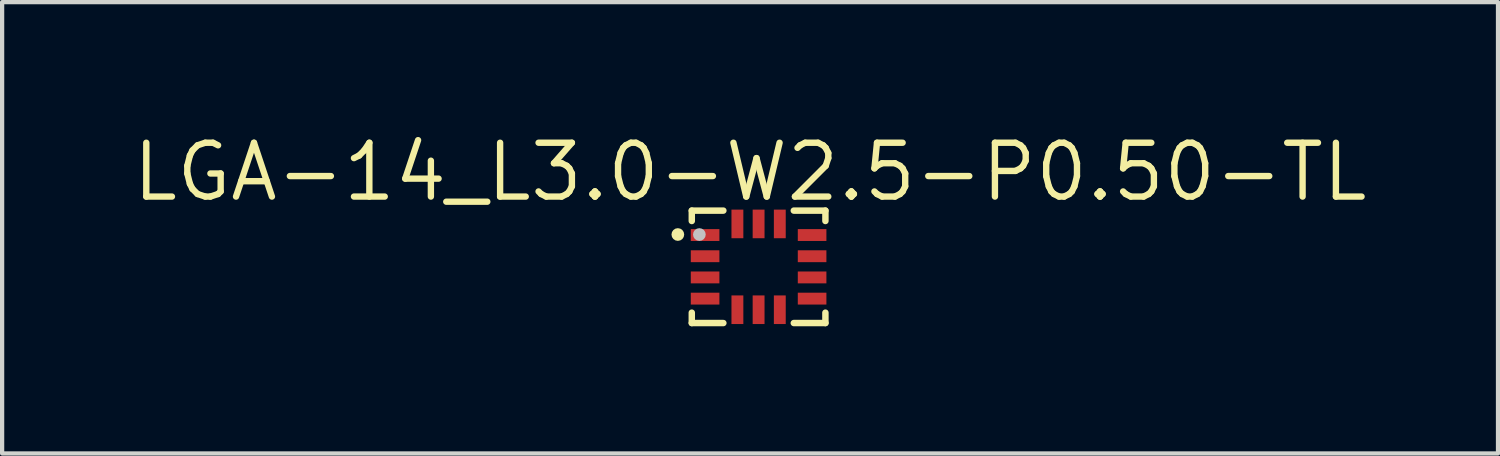
<source format=kicad_pcb>
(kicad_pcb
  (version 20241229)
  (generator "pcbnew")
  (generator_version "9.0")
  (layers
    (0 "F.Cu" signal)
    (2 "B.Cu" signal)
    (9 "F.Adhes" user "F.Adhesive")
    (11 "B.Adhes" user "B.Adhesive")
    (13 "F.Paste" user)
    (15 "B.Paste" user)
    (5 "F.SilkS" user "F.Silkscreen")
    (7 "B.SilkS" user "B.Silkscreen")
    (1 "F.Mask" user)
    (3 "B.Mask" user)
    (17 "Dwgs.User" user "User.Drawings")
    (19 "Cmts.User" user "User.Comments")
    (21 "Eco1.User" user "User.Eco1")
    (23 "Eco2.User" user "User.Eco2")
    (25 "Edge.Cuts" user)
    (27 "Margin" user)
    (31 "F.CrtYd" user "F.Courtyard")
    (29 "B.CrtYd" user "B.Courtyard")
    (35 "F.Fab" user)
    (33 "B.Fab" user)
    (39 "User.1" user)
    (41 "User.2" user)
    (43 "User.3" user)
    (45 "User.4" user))
  (footprint "LGA-14_L3.0-W2.5-P0.50-TL"
    (layer "F.Cu")
    (at 14.844 3.244)
    (property "Reference" "LGA-14_L3.0-W2.5-P0.50-TL" (at -0.201 -2.237 0) (layer "F.SilkS") (effects (font (size 1.27 1.27) (thickness 0.15))))
    (fp_line (start -1.576 -1.326) (end -1.576 -1.081) (stroke (width 0.152) (type default)) (layer "F.SilkS"))
    (fp_line (start -1.576 1.326) (end -1.576 1.081) (stroke (width 0.152) (type default)) (layer "F.SilkS"))
    (fp_line (start -0.831 -1.326) (end -1.576 -1.326) (stroke (width 0.152) (type default)) (layer "F.SilkS"))
    (fp_line (start -0.831 1.326) (end -1.576 1.326) (stroke (width 0.152) (type default)) (layer "F.SilkS"))
    (fp_line (start 0.83 -1.326) (end 1.576 -1.326) (stroke (width 0.152) (type default)) (layer "F.SilkS"))
    (fp_line (start 0.83 1.326) (end 1.576 1.326) (stroke (width 0.152) (type default)) (layer "F.SilkS"))
    (fp_line (start 1.576 -1.326) (end 1.576 -1.081) (stroke (width 0.152) (type default)) (layer "F.SilkS"))
    (fp_line (start 1.576 1.326) (end 1.576 1.081) (stroke (width 0.152) (type default)) (layer "F.SilkS"))
    (fp_circle (center -1.905 -0.762) (end -1.83 -0.762) (stroke (width 0.15) (type default)) (fill no) (layer "F.SilkS"))
    (fp_circle (center -1.397 -0.762) (end -1.322 -0.762) (stroke (width 0.15) (type default)) (fill no) (layer "Dwgs.User"))
    (fp_circle (center -1.5 -1.25) (end -1.47 -1.25) (stroke (width 0.06) (type default)) (fill no) (layer "User.5"))
    (pad "1" smd rect (at -1.262 -0.75) (size 0.675 0.28) (layers "F.Cu" "F.Mask" "F.Paste"))
    (pad "2" smd rect (at -1.262 -0.25) (size 0.675 0.28) (layers "F.Cu" "F.Mask" "F.Paste"))
    (pad "3" smd rect (at -1.262 0.25) (size 0.675 0.28) (layers "F.Cu" "F.Mask" "F.Paste"))
    (pad "4" smd rect (at -1.262 0.75) (size 0.675 0.28) (layers "F.Cu" "F.Mask" "F.Paste"))
    (pad "5" smd rect (at -0.5 1.012) (size 0.28 0.675) (layers "F.Cu" "F.Mask" "F.Paste"))
    (pad "6" smd rect (at -0.0001 1.012) (size 0.28 0.675) (layers "F.Cu" "F.Mask" "F.Paste"))
    (pad "7" smd rect (at 0.5 1.012) (size 0.28 0.675) (layers "F.Cu" "F.Mask" "F.Paste"))
    (pad "8" smd rect (at 1.262 0.75) (size 0.675 0.28) (layers "F.Cu" "F.Mask" "F.Paste"))
    (pad "9" smd rect (at 1.262 0.25) (size 0.675 0.28) (layers "F.Cu" "F.Mask" "F.Paste"))
    (pad "10" smd rect (at 1.262 -0.25) (size 0.675 0.28) (layers "F.Cu" "F.Mask" "F.Paste"))
    (pad "11" smd rect (at 1.262 -0.75) (size 0.675 0.28) (layers "F.Cu" "F.Mask" "F.Paste"))
    (pad "12" smd rect (at 0.5 -1.012) (size 0.28 0.675) (layers "F.Cu" "F.Mask" "F.Paste"))
    (pad "13" smd rect (at -0.0001 -1.012) (size 0.28 0.675) (layers "F.Cu" "F.Mask" "F.Paste"))
    (pad "14" smd rect (at -0.5 -1.012) (size 0.28 0.675) (layers "F.Cu" "F.Mask" "F.Paste"))
    (zone (net_name "") (layer "User.3") (hatch edge 0.5) (priority 100) (connect_pads yes) (min_thickness 0) (filled_areas_thickness no) (fill yes) (polygon (pts (xy 13.344 1.994) (xy 16.344 1.994) (xy 16.344 4.494) (xy 13.344 4.494))) (filled_polygon (layer "User.3") (island) (pts (xy 13.344 1.994) (xy 16.344 1.994) (xy 16.344 4.494) (xy 13.344 4.494))))
    (zone (net_name "") (layer "User.4") (hatch edge 0.5) (priority 100) (connect_pads yes) (min_thickness 0) (filled_areas_thickness no) (fill yes) (polygon (pts (xy 13.444 2.369) (xy 13.919 2.369) (xy 13.919 2.619) (xy 13.444 2.619))) (filled_polygon (layer "User.4") (island) (pts (xy 13.444 2.369) (xy 13.919 2.369) (xy 13.919 2.619) (xy 13.444 2.619))))
    (zone (net_name "") (layer "User.4") (hatch edge 0.5) (priority 100) (connect_pads yes) (min_thickness 0) (filled_areas_thickness no) (fill yes) (polygon (pts (xy 13.444 2.869) (xy 13.919 2.869) (xy 13.919 3.119) (xy 13.444 3.119))) (filled_polygon (layer "User.4") (island) (pts (xy 13.444 2.869) (xy 13.919 2.869) (xy 13.919 3.119) (xy 13.444 3.119))))
    (zone (net_name "") (layer "User.4") (hatch edge 0.5) (priority 100) (connect_pads yes) (min_thickness 0) (filled_areas_thickness no) (fill yes) (polygon (pts (xy 13.444 3.369) (xy 13.919 3.369) (xy 13.919 3.619) (xy 13.444 3.619))) (filled_polygon (layer "User.4") (island) (pts (xy 13.444 3.369) (xy 13.919 3.369) (xy 13.919 3.619) (xy 13.444 3.619))))
    (zone (net_name "") (layer "User.4") (hatch edge 0.5) (priority 100) (connect_pads yes) (min_thickness 0) (filled_areas_thickness no) (fill yes) (polygon (pts (xy 13.444 3.869) (xy 13.919 3.869) (xy 13.919 4.119) (xy 13.444 4.119))) (filled_polygon (layer "User.4") (island) (pts (xy 13.444 3.869) (xy 13.919 3.869) (xy 13.919 4.119) (xy 13.444 4.119))))
    (zone (net_name "") (layer "User.4") (hatch edge 0.5) (priority 100) (connect_pads yes) (min_thickness 0) (filled_areas_thickness no) (fill yes) (polygon (pts (xy 14.219 2.094) (xy 14.469 2.094) (xy 14.469 2.568) (xy 14.219 2.568))) (filled_polygon (layer "User.4") (island) (pts (xy 14.219 2.094) (xy 14.469 2.094) (xy 14.469 2.568) (xy 14.219 2.568))))
    (zone (net_name "") (layer "User.4") (hatch edge 0.5) (priority 100) (connect_pads yes) (min_thickness 0) (filled_areas_thickness no) (fill yes) (polygon (pts (xy 14.219 3.919) (xy 14.469 3.919) (xy 14.469 4.394) (xy 14.219 4.394))) (filled_polygon (layer "User.4") (island) (pts (xy 14.219 3.919) (xy 14.469 3.919) (xy 14.469 4.394) (xy 14.219 4.394))))
    (zone (net_name "") (layer "User.4") (hatch edge 0.5) (priority 100) (connect_pads yes) (min_thickness 0) (filled_areas_thickness no) (fill yes) (polygon (pts (xy 14.719 2.094) (xy 14.969 2.094) (xy 14.969 2.568) (xy 14.719 2.568))) (filled_polygon (layer "User.4") (island) (pts (xy 14.719 2.094) (xy 14.969 2.094) (xy 14.969 2.568) (xy 14.719 2.568))))
    (zone (net_name "") (layer "User.4") (hatch edge 0.5) (priority 100) (connect_pads yes) (min_thickness 0) (filled_areas_thickness no) (fill yes) (polygon (pts (xy 14.719 3.919) (xy 14.969 3.919) (xy 14.969 4.394) (xy 14.719 4.394))) (filled_polygon (layer "User.4") (island) (pts (xy 14.719 3.919) (xy 14.969 3.919) (xy 14.969 4.394) (xy 14.719 4.394))))
    (zone (net_name "") (layer "User.4") (hatch edge 0.5) (priority 100) (connect_pads yes) (min_thickness 0) (filled_areas_thickness no) (fill yes) (polygon (pts (xy 15.219 2.094) (xy 15.469 2.094) (xy 15.469 2.568) (xy 15.219 2.568))) (filled_polygon (layer "User.4") (island) (pts (xy 15.219 2.094) (xy 15.469 2.094) (xy 15.469 2.568) (xy 15.219 2.568))))
    (zone (net_name "") (layer "User.4") (hatch edge 0.5) (priority 100) (connect_pads yes) (min_thickness 0) (filled_areas_thickness no) (fill yes) (polygon (pts (xy 15.219 3.919) (xy 15.469 3.919) (xy 15.469 4.394) (xy 15.219 4.394))) (filled_polygon (layer "User.4") (island) (pts (xy 15.219 3.919) (xy 15.469 3.919) (xy 15.469 4.394) (xy 15.219 4.394))))
    (zone (net_name "") (layer "User.4") (hatch edge 0.5) (priority 100) (connect_pads yes) (min_thickness 0) (filled_areas_thickness no) (fill yes) (polygon (pts (xy 15.769 2.369) (xy 16.244 2.369) (xy 16.244 2.619) (xy 15.769 2.619))) (filled_polygon (layer "User.4") (island) (pts (xy 15.769 2.369) (xy 16.244 2.369) (xy 16.244 2.619) (xy 15.769 2.619))))
    (zone (net_name "") (layer "User.4") (hatch edge 0.5) (priority 100) (connect_pads yes) (min_thickness 0) (filled_areas_thickness no) (fill yes) (polygon (pts (xy 15.769 2.869) (xy 16.244 2.869) (xy 16.244 3.119) (xy 15.769 3.119))) (filled_polygon (layer "User.4") (island) (pts (xy 15.769 2.869) (xy 16.244 2.869) (xy 16.244 3.119) (xy 15.769 3.119))))
    (zone (net_name "") (layer "User.4") (hatch edge 0.5) (priority 100) (connect_pads yes) (min_thickness 0) (filled_areas_thickness no) (fill yes) (polygon (pts (xy 15.769 3.369) (xy 16.244 3.369) (xy 16.244 3.619) (xy 15.769 3.619))) (filled_polygon (layer "User.4") (island) (pts (xy 15.769 3.369) (xy 16.244 3.369) (xy 16.244 3.619) (xy 15.769 3.619))))
    (zone (net_name "") (layer "User.4") (hatch edge 0.5) (priority 100) (connect_pads yes) (min_thickness 0) (filled_areas_thickness no) (fill yes) (polygon (pts (xy 15.769 3.869) (xy 16.244 3.869) (xy 16.244 4.119) (xy 15.769 4.119))) (filled_polygon (layer "User.4") (island) (pts (xy 15.769 3.869) (xy 16.244 3.869) (xy 16.244 4.119) (xy 15.769 4.119)))))
  (gr_rect
    (start -3 -3)
    (end 32.285 7.646)
    (stroke (width 0.1) (type default))
    (fill no)
    (layer "Edge.Cuts")))
</source>
